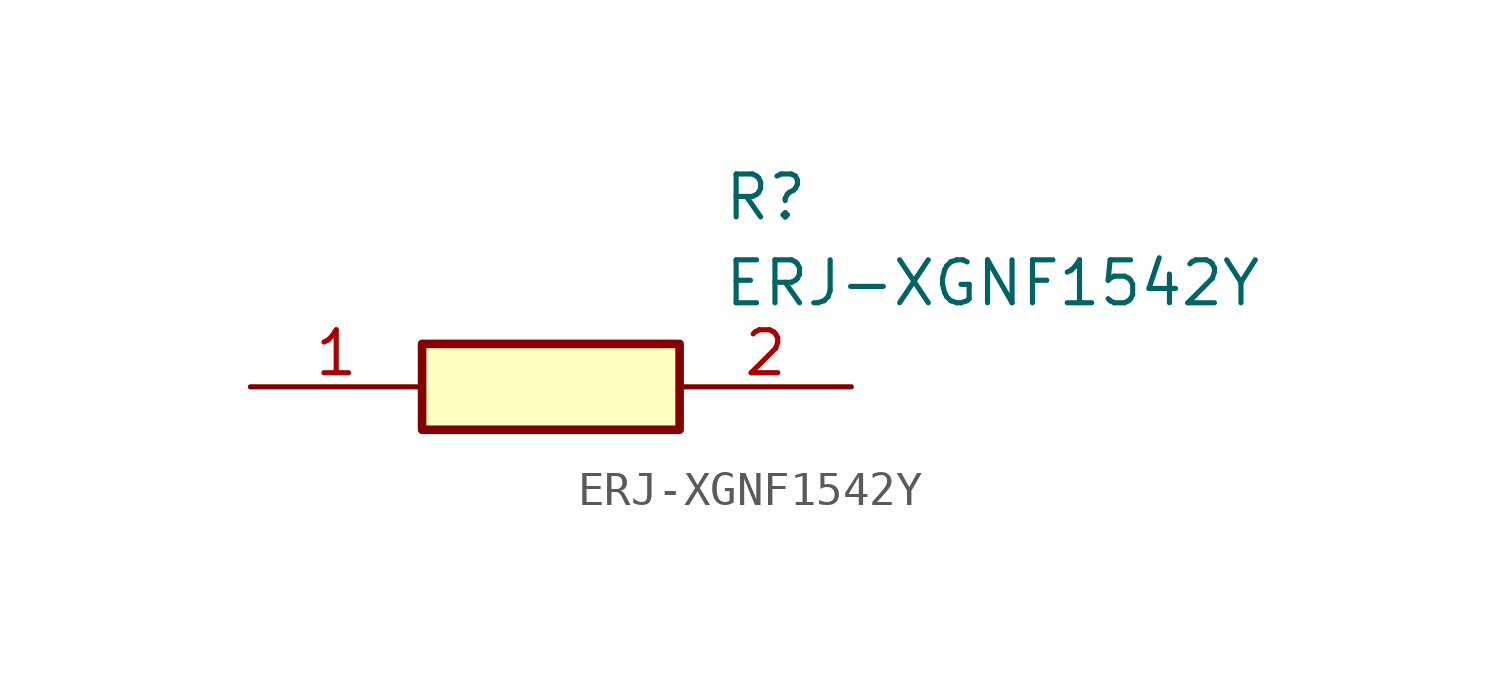
<source format=kicad_sym>
(kicad_symbol_lib
  (version 20211014)
  (generator SamacSys_ECAD_Model)
  (symbol "ERJ-XGNF1542Y"
    (pin_names hide)
    (property "Reference" "R"
      (at 13.97 6.35 0)
      (effects (font (size 1.27 1.27)) (justify left top)))
    (property "Value" "ERJ-XGNF1542Y"
      (at 13.97 3.81 0)
      (effects (font (size 1.27 1.27)) (justify left top)))
    (rectangle
      (start 5.08 1.27)
      (end 12.7 -1.27)
      (stroke (width 0.254) (type default))
      (fill (type background)))
    (pin passive line
      (at 0 0 0)
      (length 5.08)
      (name "1" (effects (font (size 1.27 1.27))))
      (number "1" (effects (font (size 1.27 1.27)))))
    (pin passive line
      (at 17.78 0 180)
      (length 5.08)
      (name "2" (effects (font (size 1.27 1.27))))
      (number "2" (effects (font (size 1.27 1.27)))))))
</source>
